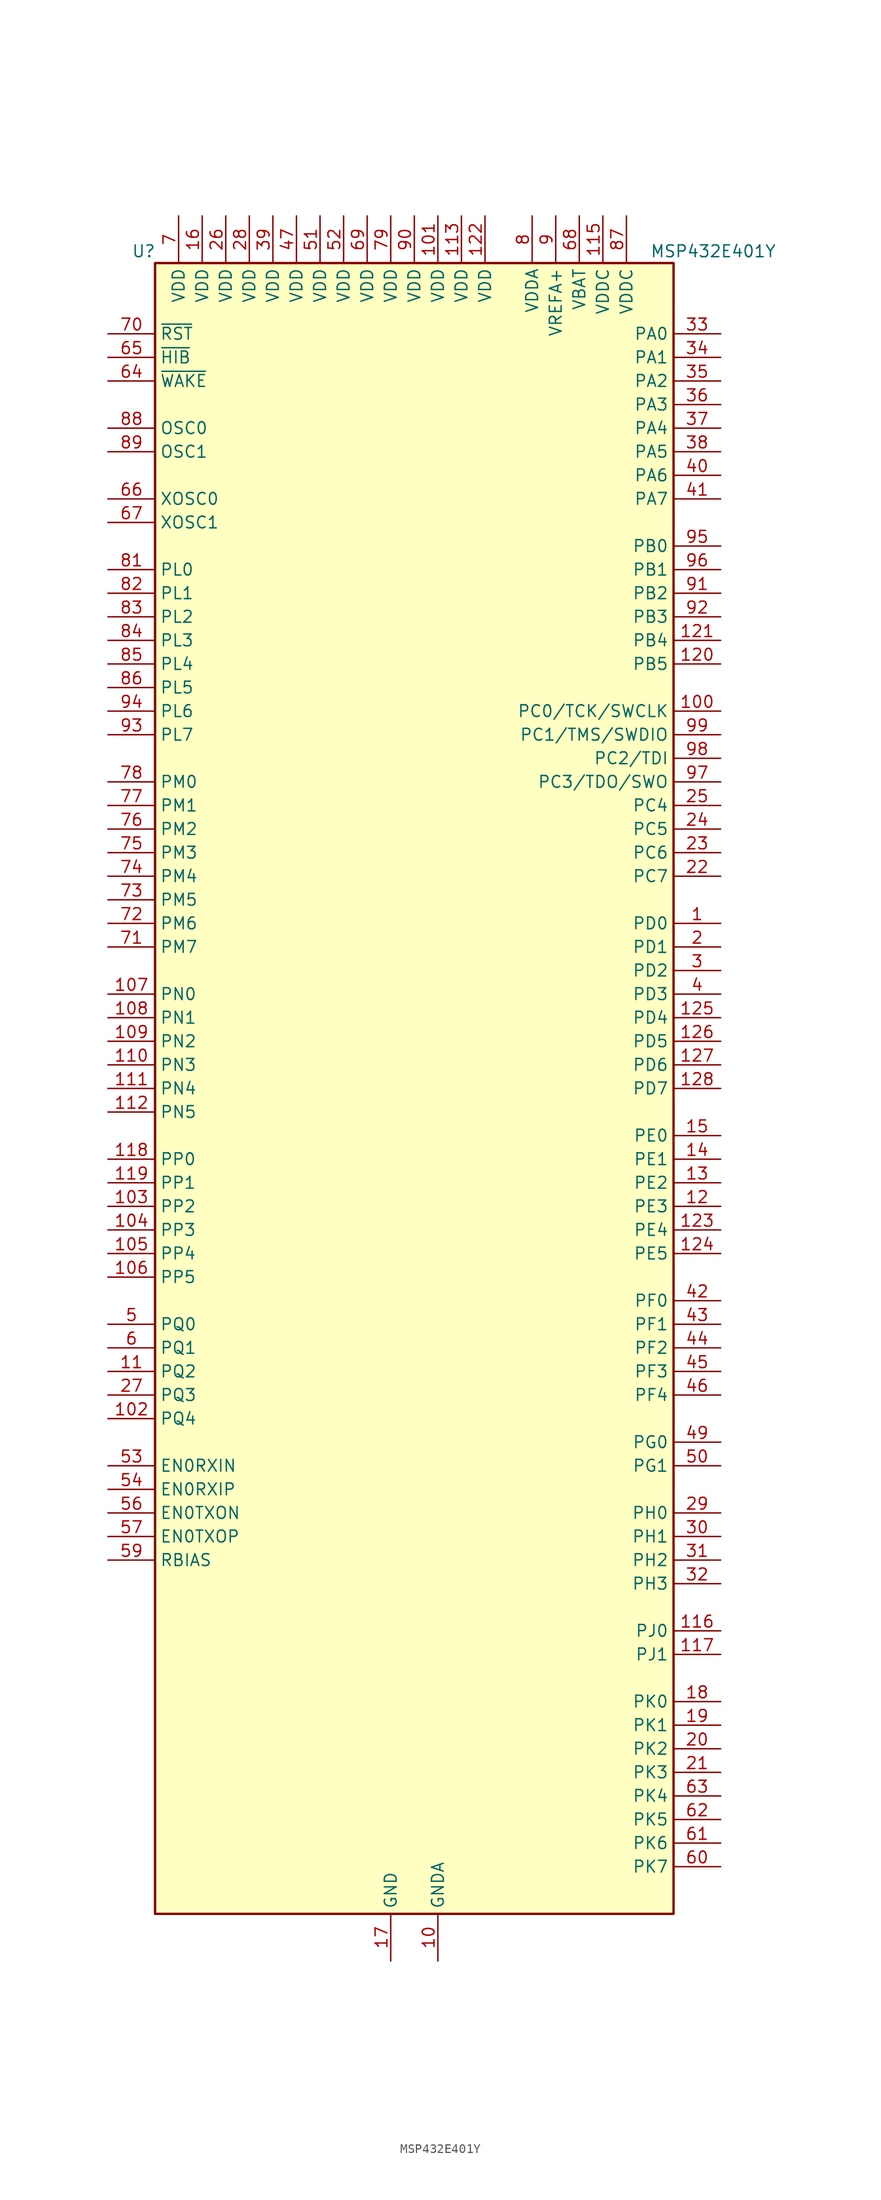
<source format=kicad_sym>
(kicad_symbol_lib
  (version 20211014)
  (generator kicad_symbol_editor)
  (symbol "MSP432E401Y"
    (property "Reference" "U"
      (at -30.48 90.17 0)
      (effects (font (size 1.27 1.27)) (justify left)))
    (property "Value" "MSP432E401Y"
      (at 25.4 90.17 0)
      (effects (font (size 1.27 1.27)) (justify left)))
    (symbol "MSP432E401Y_1_1"
      (rectangle (start -27.94 -88.9) (end 27.94 88.9) (stroke (width 0.254) (type default) (color 0 0 0 0)) (fill (type background)))
      (pin bidirectional line (at 33.02 17.78 180) (length 5.08) (name "PD0" (effects (font (size 1.27 1.27)))) (number "1" (effects (font (size 1.27 1.27)))))
      (pin power_in line (at 2.54 -93.98 90) (length 5.08) (name "GNDA" (effects (font (size 1.27 1.27)))) (number "10" (effects (font (size 1.27 1.27)))))
      (pin bidirectional line (at 33.02 40.64 180) (length 5.08) (name "PC0/TCK/SWCLK" (effects (font (size 1.27 1.27)))) (number "100" (effects (font (size 1.27 1.27)))))
      (pin power_in line (at 2.54 93.98 270) (length 5.08) (name "VDD" (effects (font (size 1.27 1.27)))) (number "101" (effects (font (size 1.27 1.27)))))
      (pin bidirectional line (at -33.02 -35.56 0) (length 5.08) (name "PQ4" (effects (font (size 1.27 1.27)))) (number "102" (effects (font (size 1.27 1.27)))))
      (pin bidirectional line (at -33.02 -12.7 0) (length 5.08) (name "PP2" (effects (font (size 1.27 1.27)))) (number "103" (effects (font (size 1.27 1.27)))))
      (pin bidirectional line (at -33.02 -15.24 0) (length 5.08) (name "PP3" (effects (font (size 1.27 1.27)))) (number "104" (effects (font (size 1.27 1.27)))))
      (pin bidirectional line (at -33.02 -17.78 0) (length 5.08) (name "PP4" (effects (font (size 1.27 1.27)))) (number "105" (effects (font (size 1.27 1.27)))))
      (pin bidirectional line (at -33.02 -20.32 0) (length 5.08) (name "PP5" (effects (font (size 1.27 1.27)))) (number "106" (effects (font (size 1.27 1.27)))))
      (pin bidirectional line (at -33.02 10.16 0) (length 5.08) (name "PN0" (effects (font (size 1.27 1.27)))) (number "107" (effects (font (size 1.27 1.27)))))
      (pin bidirectional line (at -33.02 7.62 0) (length 5.08) (name "PN1" (effects (font (size 1.27 1.27)))) (number "108" (effects (font (size 1.27 1.27)))))
      (pin bidirectional line (at -33.02 5.08 0) (length 5.08) (name "PN2" (effects (font (size 1.27 1.27)))) (number "109" (effects (font (size 1.27 1.27)))))
      (pin bidirectional line (at -33.02 -30.48 0) (length 5.08) (name "PQ2" (effects (font (size 1.27 1.27)))) (number "11" (effects (font (size 1.27 1.27)))))
      (pin bidirectional line (at -33.02 2.54 0) (length 5.08) (name "PN3" (effects (font (size 1.27 1.27)))) (number "110" (effects (font (size 1.27 1.27)))))
      (pin bidirectional line (at -33.02 0 0) (length 5.08) (name "PN4" (effects (font (size 1.27 1.27)))) (number "111" (effects (font (size 1.27 1.27)))))
      (pin bidirectional line (at -33.02 -2.54 0) (length 5.08) (name "PN5" (effects (font (size 1.27 1.27)))) (number "112" (effects (font (size 1.27 1.27)))))
      (pin power_in line (at 5.08 93.98 270) (length 5.08) (name "VDD" (effects (font (size 1.27 1.27)))) (number "113" (effects (font (size 1.27 1.27)))))
      (pin passive line (at -2.54 -93.98 90) (length 5.08) hide (name "GND" (effects (font (size 1.27 1.27)))) (number "114" (effects (font (size 1.27 1.27)))))
      (pin power_in line (at 20.32 93.98 270) (length 5.08) (name "VDDC" (effects (font (size 1.27 1.27)))) (number "115" (effects (font (size 1.27 1.27)))))
      (pin bidirectional line (at 33.02 -58.42 180) (length 5.08) (name "PJ0" (effects (font (size 1.27 1.27)))) (number "116" (effects (font (size 1.27 1.27)))))
      (pin bidirectional line (at 33.02 -60.96 180) (length 5.08) (name "PJ1" (effects (font (size 1.27 1.27)))) (number "117" (effects (font (size 1.27 1.27)))))
      (pin bidirectional line (at -33.02 -7.62 0) (length 5.08) (name "PP0" (effects (font (size 1.27 1.27)))) (number "118" (effects (font (size 1.27 1.27)))))
      (pin bidirectional line (at -33.02 -10.16 0) (length 5.08) (name "PP1" (effects (font (size 1.27 1.27)))) (number "119" (effects (font (size 1.27 1.27)))))
      (pin bidirectional line (at 33.02 -12.7 180) (length 5.08) (name "PE3" (effects (font (size 1.27 1.27)))) (number "12" (effects (font (size 1.27 1.27)))))
      (pin bidirectional line (at 33.02 45.72 180) (length 5.08) (name "PB5" (effects (font (size 1.27 1.27)))) (number "120" (effects (font (size 1.27 1.27)))))
      (pin bidirectional line (at 33.02 48.26 180) (length 5.08) (name "PB4" (effects (font (size 1.27 1.27)))) (number "121" (effects (font (size 1.27 1.27)))))
      (pin power_in line (at 7.62 93.98 270) (length 5.08) (name "VDD" (effects (font (size 1.27 1.27)))) (number "122" (effects (font (size 1.27 1.27)))))
      (pin bidirectional line (at 33.02 -15.24 180) (length 5.08) (name "PE4" (effects (font (size 1.27 1.27)))) (number "123" (effects (font (size 1.27 1.27)))))
      (pin bidirectional line (at 33.02 -17.78 180) (length 5.08) (name "PE5" (effects (font (size 1.27 1.27)))) (number "124" (effects (font (size 1.27 1.27)))))
      (pin bidirectional line (at 33.02 7.62 180) (length 5.08) (name "PD4" (effects (font (size 1.27 1.27)))) (number "125" (effects (font (size 1.27 1.27)))))
      (pin bidirectional line (at 33.02 5.08 180) (length 5.08) (name "PD5" (effects (font (size 1.27 1.27)))) (number "126" (effects (font (size 1.27 1.27)))))
      (pin bidirectional line (at 33.02 2.54 180) (length 5.08) (name "PD6" (effects (font (size 1.27 1.27)))) (number "127" (effects (font (size 1.27 1.27)))))
      (pin bidirectional line (at 33.02 0 180) (length 5.08) (name "PD7" (effects (font (size 1.27 1.27)))) (number "128" (effects (font (size 1.27 1.27)))))
      (pin bidirectional line (at 33.02 -10.16 180) (length 5.08) (name "PE2" (effects (font (size 1.27 1.27)))) (number "13" (effects (font (size 1.27 1.27)))))
      (pin bidirectional line (at 33.02 -7.62 180) (length 5.08) (name "PE1" (effects (font (size 1.27 1.27)))) (number "14" (effects (font (size 1.27 1.27)))))
      (pin bidirectional line (at 33.02 -5.08 180) (length 5.08) (name "PE0" (effects (font (size 1.27 1.27)))) (number "15" (effects (font (size 1.27 1.27)))))
      (pin power_in line (at -22.86 93.98 270) (length 5.08) (name "VDD" (effects (font (size 1.27 1.27)))) (number "16" (effects (font (size 1.27 1.27)))))
      (pin power_in line (at -2.54 -93.98 90) (length 5.08) (name "GND" (effects (font (size 1.27 1.27)))) (number "17" (effects (font (size 1.27 1.27)))))
      (pin bidirectional line (at 33.02 -66.04 180) (length 5.08) (name "PK0" (effects (font (size 1.27 1.27)))) (number "18" (effects (font (size 1.27 1.27)))))
      (pin bidirectional line (at 33.02 -68.58 180) (length 5.08) (name "PK1" (effects (font (size 1.27 1.27)))) (number "19" (effects (font (size 1.27 1.27)))))
      (pin bidirectional line (at 33.02 15.24 180) (length 5.08) (name "PD1" (effects (font (size 1.27 1.27)))) (number "2" (effects (font (size 1.27 1.27)))))
      (pin bidirectional line (at 33.02 -71.12 180) (length 5.08) (name "PK2" (effects (font (size 1.27 1.27)))) (number "20" (effects (font (size 1.27 1.27)))))
      (pin bidirectional line (at 33.02 -73.66 180) (length 5.08) (name "PK3" (effects (font (size 1.27 1.27)))) (number "21" (effects (font (size 1.27 1.27)))))
      (pin bidirectional line (at 33.02 22.86 180) (length 5.08) (name "PC7" (effects (font (size 1.27 1.27)))) (number "22" (effects (font (size 1.27 1.27)))))
      (pin bidirectional line (at 33.02 25.4 180) (length 5.08) (name "PC6" (effects (font (size 1.27 1.27)))) (number "23" (effects (font (size 1.27 1.27)))))
      (pin bidirectional line (at 33.02 27.94 180) (length 5.08) (name "PC5" (effects (font (size 1.27 1.27)))) (number "24" (effects (font (size 1.27 1.27)))))
      (pin bidirectional line (at 33.02 30.48 180) (length 5.08) (name "PC4" (effects (font (size 1.27 1.27)))) (number "25" (effects (font (size 1.27 1.27)))))
      (pin power_in line (at -20.32 93.98 270) (length 5.08) (name "VDD" (effects (font (size 1.27 1.27)))) (number "26" (effects (font (size 1.27 1.27)))))
      (pin bidirectional line (at -33.02 -33.02 0) (length 5.08) (name "PQ3" (effects (font (size 1.27 1.27)))) (number "27" (effects (font (size 1.27 1.27)))))
      (pin power_in line (at -17.78 93.98 270) (length 5.08) (name "VDD" (effects (font (size 1.27 1.27)))) (number "28" (effects (font (size 1.27 1.27)))))
      (pin bidirectional line (at 33.02 -45.72 180) (length 5.08) (name "PH0" (effects (font (size 1.27 1.27)))) (number "29" (effects (font (size 1.27 1.27)))))
      (pin bidirectional line (at 33.02 12.7 180) (length 5.08) (name "PD2" (effects (font (size 1.27 1.27)))) (number "3" (effects (font (size 1.27 1.27)))))
      (pin bidirectional line (at 33.02 -48.26 180) (length 5.08) (name "PH1" (effects (font (size 1.27 1.27)))) (number "30" (effects (font (size 1.27 1.27)))))
      (pin bidirectional line (at 33.02 -50.8 180) (length 5.08) (name "PH2" (effects (font (size 1.27 1.27)))) (number "31" (effects (font (size 1.27 1.27)))))
      (pin bidirectional line (at 33.02 -53.34 180) (length 5.08) (name "PH3" (effects (font (size 1.27 1.27)))) (number "32" (effects (font (size 1.27 1.27)))))
      (pin bidirectional line (at 33.02 81.28 180) (length 5.08) (name "PA0" (effects (font (size 1.27 1.27)))) (number "33" (effects (font (size 1.27 1.27)))))
      (pin bidirectional line (at 33.02 78.74 180) (length 5.08) (name "PA1" (effects (font (size 1.27 1.27)))) (number "34" (effects (font (size 1.27 1.27)))))
      (pin bidirectional line (at 33.02 76.2 180) (length 5.08) (name "PA2" (effects (font (size 1.27 1.27)))) (number "35" (effects (font (size 1.27 1.27)))))
      (pin bidirectional line (at 33.02 73.66 180) (length 5.08) (name "PA3" (effects (font (size 1.27 1.27)))) (number "36" (effects (font (size 1.27 1.27)))))
      (pin bidirectional line (at 33.02 71.12 180) (length 5.08) (name "PA4" (effects (font (size 1.27 1.27)))) (number "37" (effects (font (size 1.27 1.27)))))
      (pin bidirectional line (at 33.02 68.58 180) (length 5.08) (name "PA5" (effects (font (size 1.27 1.27)))) (number "38" (effects (font (size 1.27 1.27)))))
      (pin power_in line (at -15.24 93.98 270) (length 5.08) (name "VDD" (effects (font (size 1.27 1.27)))) (number "39" (effects (font (size 1.27 1.27)))))
      (pin bidirectional line (at 33.02 10.16 180) (length 5.08) (name "PD3" (effects (font (size 1.27 1.27)))) (number "4" (effects (font (size 1.27 1.27)))))
      (pin bidirectional line (at 33.02 66.04 180) (length 5.08) (name "PA6" (effects (font (size 1.27 1.27)))) (number "40" (effects (font (size 1.27 1.27)))))
      (pin bidirectional line (at 33.02 63.5 180) (length 5.08) (name "PA7" (effects (font (size 1.27 1.27)))) (number "41" (effects (font (size 1.27 1.27)))))
      (pin bidirectional line (at 33.02 -22.86 180) (length 5.08) (name "PF0" (effects (font (size 1.27 1.27)))) (number "42" (effects (font (size 1.27 1.27)))))
      (pin bidirectional line (at 33.02 -25.4 180) (length 5.08) (name "PF1" (effects (font (size 1.27 1.27)))) (number "43" (effects (font (size 1.27 1.27)))))
      (pin bidirectional line (at 33.02 -27.94 180) (length 5.08) (name "PF2" (effects (font (size 1.27 1.27)))) (number "44" (effects (font (size 1.27 1.27)))))
      (pin bidirectional line (at 33.02 -30.48 180) (length 5.08) (name "PF3" (effects (font (size 1.27 1.27)))) (number "45" (effects (font (size 1.27 1.27)))))
      (pin bidirectional line (at 33.02 -33.02 180) (length 5.08) (name "PF4" (effects (font (size 1.27 1.27)))) (number "46" (effects (font (size 1.27 1.27)))))
      (pin power_in line (at -12.7 93.98 270) (length 5.08) (name "VDD" (effects (font (size 1.27 1.27)))) (number "47" (effects (font (size 1.27 1.27)))))
      (pin passive line (at -2.54 -93.98 90) (length 5.08) hide (name "GND" (effects (font (size 1.27 1.27)))) (number "48" (effects (font (size 1.27 1.27)))))
      (pin bidirectional line (at 33.02 -38.1 180) (length 5.08) (name "PG0" (effects (font (size 1.27 1.27)))) (number "49" (effects (font (size 1.27 1.27)))))
      (pin bidirectional line (at -33.02 -25.4 0) (length 5.08) (name "PQ0" (effects (font (size 1.27 1.27)))) (number "5" (effects (font (size 1.27 1.27)))))
      (pin bidirectional line (at 33.02 -40.64 180) (length 5.08) (name "PG1" (effects (font (size 1.27 1.27)))) (number "50" (effects (font (size 1.27 1.27)))))
      (pin power_in line (at -10.16 93.98 270) (length 5.08) (name "VDD" (effects (font (size 1.27 1.27)))) (number "51" (effects (font (size 1.27 1.27)))))
      (pin power_in line (at -7.62 93.98 270) (length 5.08) (name "VDD" (effects (font (size 1.27 1.27)))) (number "52" (effects (font (size 1.27 1.27)))))
      (pin bidirectional line (at -33.02 -40.64 0) (length 5.08) (name "EN0RXIN" (effects (font (size 1.27 1.27)))) (number "53" (effects (font (size 1.27 1.27)))))
      (pin bidirectional line (at -33.02 -43.18 0) (length 5.08) (name "EN0RXIP" (effects (font (size 1.27 1.27)))) (number "54" (effects (font (size 1.27 1.27)))))
      (pin passive line (at -2.54 -93.98 90) (length 5.08) hide (name "GND" (effects (font (size 1.27 1.27)))) (number "55" (effects (font (size 1.27 1.27)))))
      (pin bidirectional line (at -33.02 -45.72 0) (length 5.08) (name "EN0TXON" (effects (font (size 1.27 1.27)))) (number "56" (effects (font (size 1.27 1.27)))))
      (pin bidirectional line (at -33.02 -48.26 0) (length 5.08) (name "EN0TXOP" (effects (font (size 1.27 1.27)))) (number "57" (effects (font (size 1.27 1.27)))))
      (pin passive line (at -2.54 -93.98 90) (length 5.08) hide (name "GND" (effects (font (size 1.27 1.27)))) (number "58" (effects (font (size 1.27 1.27)))))
      (pin passive line (at -33.02 -50.8 0) (length 5.08) (name "RBIAS" (effects (font (size 1.27 1.27)))) (number "59" (effects (font (size 1.27 1.27)))))
      (pin bidirectional line (at -33.02 -27.94 0) (length 5.08) (name "PQ1" (effects (font (size 1.27 1.27)))) (number "6" (effects (font (size 1.27 1.27)))))
      (pin bidirectional line (at 33.02 -83.82 180) (length 5.08) (name "PK7" (effects (font (size 1.27 1.27)))) (number "60" (effects (font (size 1.27 1.27)))))
      (pin bidirectional line (at 33.02 -81.28 180) (length 5.08) (name "PK6" (effects (font (size 1.27 1.27)))) (number "61" (effects (font (size 1.27 1.27)))))
      (pin bidirectional line (at 33.02 -78.74 180) (length 5.08) (name "PK5" (effects (font (size 1.27 1.27)))) (number "62" (effects (font (size 1.27 1.27)))))
      (pin bidirectional line (at 33.02 -76.2 180) (length 5.08) (name "PK4" (effects (font (size 1.27 1.27)))) (number "63" (effects (font (size 1.27 1.27)))))
      (pin input line (at -33.02 76.2 0) (length 5.08) (name "~{WAKE}" (effects (font (size 1.27 1.27)))) (number "64" (effects (font (size 1.27 1.27)))))
      (pin output line (at -33.02 78.74 0) (length 5.08) (name "~{HIB}" (effects (font (size 1.27 1.27)))) (number "65" (effects (font (size 1.27 1.27)))))
      (pin input line (at -33.02 63.5 0) (length 5.08) (name "XOSC0" (effects (font (size 1.27 1.27)))) (number "66" (effects (font (size 1.27 1.27)))))
      (pin output line (at -33.02 60.96 0) (length 5.08) (name "XOSC1" (effects (font (size 1.27 1.27)))) (number "67" (effects (font (size 1.27 1.27)))))
      (pin power_in line (at 17.78 93.98 270) (length 5.08) (name "VBAT" (effects (font (size 1.27 1.27)))) (number "68" (effects (font (size 1.27 1.27)))))
      (pin power_in line (at -5.08 93.98 270) (length 5.08) (name "VDD" (effects (font (size 1.27 1.27)))) (number "69" (effects (font (size 1.27 1.27)))))
      (pin power_in line (at -25.4 93.98 270) (length 5.08) (name "VDD" (effects (font (size 1.27 1.27)))) (number "7" (effects (font (size 1.27 1.27)))))
      (pin input line (at -33.02 81.28 0) (length 5.08) (name "~{RST}" (effects (font (size 1.27 1.27)))) (number "70" (effects (font (size 1.27 1.27)))))
      (pin bidirectional line (at -33.02 15.24 0) (length 5.08) (name "PM7" (effects (font (size 1.27 1.27)))) (number "71" (effects (font (size 1.27 1.27)))))
      (pin bidirectional line (at -33.02 17.78 0) (length 5.08) (name "PM6" (effects (font (size 1.27 1.27)))) (number "72" (effects (font (size 1.27 1.27)))))
      (pin bidirectional line (at -33.02 20.32 0) (length 5.08) (name "PM5" (effects (font (size 1.27 1.27)))) (number "73" (effects (font (size 1.27 1.27)))))
      (pin bidirectional line (at -33.02 22.86 0) (length 5.08) (name "PM4" (effects (font (size 1.27 1.27)))) (number "74" (effects (font (size 1.27 1.27)))))
      (pin bidirectional line (at -33.02 25.4 0) (length 5.08) (name "PM3" (effects (font (size 1.27 1.27)))) (number "75" (effects (font (size 1.27 1.27)))))
      (pin bidirectional line (at -33.02 27.94 0) (length 5.08) (name "PM2" (effects (font (size 1.27 1.27)))) (number "76" (effects (font (size 1.27 1.27)))))
      (pin bidirectional line (at -33.02 30.48 0) (length 5.08) (name "PM1" (effects (font (size 1.27 1.27)))) (number "77" (effects (font (size 1.27 1.27)))))
      (pin bidirectional line (at -33.02 33.02 0) (length 5.08) (name "PM0" (effects (font (size 1.27 1.27)))) (number "78" (effects (font (size 1.27 1.27)))))
      (pin power_in line (at -2.54 93.98 270) (length 5.08) (name "VDD" (effects (font (size 1.27 1.27)))) (number "79" (effects (font (size 1.27 1.27)))))
      (pin power_in line (at 12.7 93.98 270) (length 5.08) (name "VDDA" (effects (font (size 1.27 1.27)))) (number "8" (effects (font (size 1.27 1.27)))))
      (pin passive line (at -2.54 -93.98 90) (length 5.08) hide (name "GND" (effects (font (size 1.27 1.27)))) (number "80" (effects (font (size 1.27 1.27)))))
      (pin bidirectional line (at -33.02 55.88 0) (length 5.08) (name "PL0" (effects (font (size 1.27 1.27)))) (number "81" (effects (font (size 1.27 1.27)))))
      (pin bidirectional line (at -33.02 53.34 0) (length 5.08) (name "PL1" (effects (font (size 1.27 1.27)))) (number "82" (effects (font (size 1.27 1.27)))))
      (pin bidirectional line (at -33.02 50.8 0) (length 5.08) (name "PL2" (effects (font (size 1.27 1.27)))) (number "83" (effects (font (size 1.27 1.27)))))
      (pin bidirectional line (at -33.02 48.26 0) (length 5.08) (name "PL3" (effects (font (size 1.27 1.27)))) (number "84" (effects (font (size 1.27 1.27)))))
      (pin bidirectional line (at -33.02 45.72 0) (length 5.08) (name "PL4" (effects (font (size 1.27 1.27)))) (number "85" (effects (font (size 1.27 1.27)))))
      (pin bidirectional line (at -33.02 43.18 0) (length 5.08) (name "PL5" (effects (font (size 1.27 1.27)))) (number "86" (effects (font (size 1.27 1.27)))))
      (pin power_in line (at 22.86 93.98 270) (length 5.08) (name "VDDC" (effects (font (size 1.27 1.27)))) (number "87" (effects (font (size 1.27 1.27)))))
      (pin input line (at -33.02 71.12 0) (length 5.08) (name "OSC0" (effects (font (size 1.27 1.27)))) (number "88" (effects (font (size 1.27 1.27)))))
      (pin output line (at -33.02 68.58 0) (length 5.08) (name "OSC1" (effects (font (size 1.27 1.27)))) (number "89" (effects (font (size 1.27 1.27)))))
      (pin power_in line (at 15.24 93.98 270) (length 5.08) (name "VREFA+" (effects (font (size 1.27 1.27)))) (number "9" (effects (font (size 1.27 1.27)))))
      (pin power_in line (at 0 93.98 270) (length 5.08) (name "VDD" (effects (font (size 1.27 1.27)))) (number "90" (effects (font (size 1.27 1.27)))))
      (pin bidirectional line (at 33.02 53.34 180) (length 5.08) (name "PB2" (effects (font (size 1.27 1.27)))) (number "91" (effects (font (size 1.27 1.27)))))
      (pin bidirectional line (at 33.02 50.8 180) (length 5.08) (name "PB3" (effects (font (size 1.27 1.27)))) (number "92" (effects (font (size 1.27 1.27)))))
      (pin bidirectional line (at -33.02 38.1 0) (length 5.08) (name "PL7" (effects (font (size 1.27 1.27)))) (number "93" (effects (font (size 1.27 1.27)))))
      (pin bidirectional line (at -33.02 40.64 0) (length 5.08) (name "PL6" (effects (font (size 1.27 1.27)))) (number "94" (effects (font (size 1.27 1.27)))))
      (pin bidirectional line (at 33.02 58.42 180) (length 5.08) (name "PB0" (effects (font (size 1.27 1.27)))) (number "95" (effects (font (size 1.27 1.27)))))
      (pin bidirectional line (at 33.02 55.88 180) (length 5.08) (name "PB1" (effects (font (size 1.27 1.27)))) (number "96" (effects (font (size 1.27 1.27)))))
      (pin bidirectional line (at 33.02 33.02 180) (length 5.08) (name "PC3/TDO/SWO" (effects (font (size 1.27 1.27)))) (number "97" (effects (font (size 1.27 1.27)))))
      (pin bidirectional line (at 33.02 35.56 180) (length 5.08) (name "PC2/TDI" (effects (font (size 1.27 1.27)))) (number "98" (effects (font (size 1.27 1.27)))))
      (pin bidirectional line (at 33.02 38.1 180) (length 5.08) (name "PC1/TMS/SWDIO" (effects (font (size 1.27 1.27)))) (number "99" (effects (font (size 1.27 1.27))))))))
</source>
